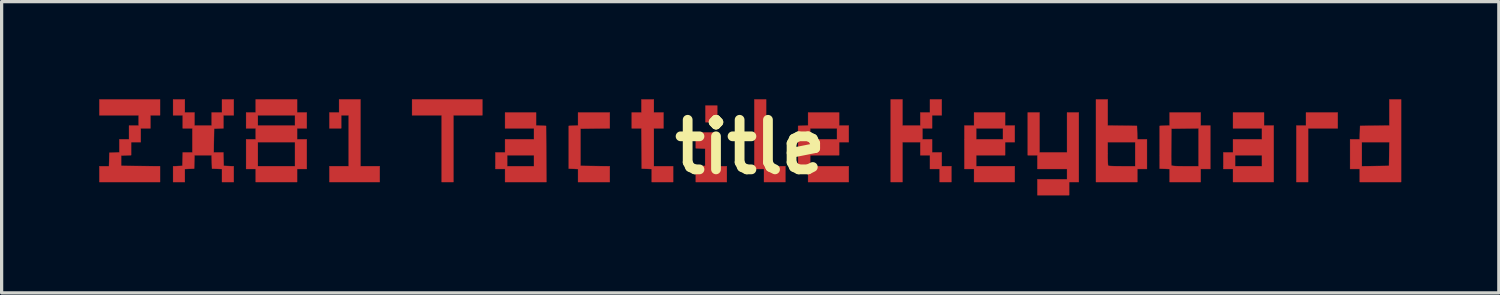
<source format=kicad_pcb>
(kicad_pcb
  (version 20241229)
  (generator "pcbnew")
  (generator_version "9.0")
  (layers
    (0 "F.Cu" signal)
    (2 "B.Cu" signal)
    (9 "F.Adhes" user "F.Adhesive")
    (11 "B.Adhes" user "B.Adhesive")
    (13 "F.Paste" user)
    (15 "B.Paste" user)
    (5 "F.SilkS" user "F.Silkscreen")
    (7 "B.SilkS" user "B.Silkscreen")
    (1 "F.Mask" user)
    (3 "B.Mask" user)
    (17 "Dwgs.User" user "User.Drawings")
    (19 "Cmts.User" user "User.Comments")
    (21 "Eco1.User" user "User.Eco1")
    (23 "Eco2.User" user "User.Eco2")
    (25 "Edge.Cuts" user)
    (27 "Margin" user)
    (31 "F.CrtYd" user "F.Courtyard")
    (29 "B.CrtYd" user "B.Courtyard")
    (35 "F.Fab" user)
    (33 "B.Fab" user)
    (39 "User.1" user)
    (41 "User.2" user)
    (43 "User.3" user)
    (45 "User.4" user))
  (footprint "title"
    (layer "F.Cu")
    (at 20.008 1.466)
    (property "Reference" "title" (at 0 0 0) (layer "F.SilkS") (effects (font (size 1.524 1.524) (thickness 0.3))))
    (attr through_hole)
    (fp_poly (pts (xy -1.016 -0.762) (xy -1.376 -0.762) (xy -1.376 -1.27) (xy -1.016 -1.27) (xy -1.016 -0.762)) (stroke (width 0.01) (type solid)) (fill yes) (layer "F.Cu"))
    (fp_poly (pts (xy -8.234 -0.974) (xy -9.123 -0.974) (xy -9.123 1.079) (xy -9.483 1.079) (xy -9.483 -0.974) (xy -10.393 -0.974) (xy -10.393 -1.46) (xy -8.234 -1.46) (xy -8.234 -0.974)) (stroke (width 0.01) (type solid)) (fill yes) (layer "F.Cu"))
    (fp_poly (pts (xy 0.487 0.593) (xy 1.079 0.593) (xy 1.079 1.079) (xy 0.423 1.079) (xy 0.423 0.677) (xy 0.127 0.677) (xy 0.127 -1.46) (xy 0.487 -1.46) (xy 0.487 0.593)) (stroke (width 0.01) (type solid)) (fill yes) (layer "F.Cu"))
    (fp_poly (pts (xy 18.055 -0.572) (xy 17.145 -0.572) (xy 17.145 1.079) (xy 16.785 1.079) (xy 16.785 -0.656) (xy 17.081 -0.656) (xy 17.081 -1.058) (xy 18.055 -1.058) (xy 18.055 -0.572)) (stroke (width 0.01) (type solid)) (fill yes) (layer "F.Cu"))
    (fp_poly (pts (xy -1.016 0.593) (xy -0.72 0.593) (xy -0.72 1.079) (xy -1.672 1.079) (xy -1.672 0.595) (xy -1.529 0.588) (xy -1.386 0.582) (xy -1.386 0.053) (xy -1.529 0.047) (xy -1.672 0.04) (xy -1.672 -0.445) (xy -1.016 -0.445) (xy -1.016 0.593)) (stroke (width 0.01) (type solid)) (fill yes) (layer "F.Cu"))
    (fp_poly (pts (xy -11.98 0.593) (xy -11.388 0.593) (xy -11.388 1.079) (xy -12.933 1.079) (xy -12.933 0.593) (xy -12.34 0.593) (xy -12.34 -0.974) (xy -12.573 -0.974) (xy -12.573 -0.572) (xy -12.933 -0.572) (xy -12.933 -1.058) (xy -12.636 -1.058) (xy -12.636 -1.46) (xy -11.98 -1.46) (xy -11.98 0.593)) (stroke (width 0.01) (type solid)) (fill yes) (layer "F.Cu"))
    (fp_poly (pts (xy -4.318 -0.572) (xy -4.768 -0.567) (xy -5.218 -0.561) (xy -5.218 0.582) (xy -4.768 0.588) (xy -4.318 0.594) (xy -4.318 1.079) (xy -5.292 1.079) (xy -5.292 0.679) (xy -5.435 0.673) (xy -5.577 0.667) (xy -5.577 -0.646) (xy -5.435 -0.652) (xy -5.292 -0.658) (xy -5.292 -1.058) (xy -4.318 -1.058) (xy -4.318 -0.572)) (stroke (width 0.01) (type solid)) (fill yes) (layer "F.Cu"))
    (fp_poly (pts (xy 8.89 0.169) (xy 9.737 0.169) (xy 9.737 -1.058) (xy 10.097 -1.058) (xy 10.097 1.079) (xy 9.8 1.079) (xy 9.8 1.482) (xy 8.826 1.482) (xy 8.826 0.995) (xy 9.737 0.995) (xy 9.737 0.677) (xy 8.826 0.677) (xy 8.826 0.254) (xy 8.53 0.254) (xy 8.53 -1.058) (xy 8.89 -1.058) (xy 8.89 0.169)) (stroke (width 0.01) (type solid)) (fill yes) (layer "F.Cu"))
    (fp_poly (pts (xy -2.963 -1.058) (xy -2.667 -1.058) (xy -2.667 -0.572) (xy -2.963 -0.572) (xy -2.963 0.593) (xy -2.371 0.593) (xy -2.371 1.079) (xy -3.027 1.079) (xy -3.027 0.679) (xy -3.18 0.673) (xy -3.334 0.667) (xy -3.339 0.048) (xy -3.345 -0.572) (xy -3.641 -0.572) (xy -3.641 -1.058) (xy -3.344 -1.058) (xy -3.344 -1.46) (xy -2.963 -1.46) (xy -2.963 -1.058)) (stroke (width 0.01) (type solid)) (fill yes) (layer "F.Cu"))
    (fp_poly (pts (xy 20.003 1.079) (xy 18.733 1.079) (xy 18.733 0.677) (xy 18.436 0.677) (xy 18.436 -0.148) (xy 18.796 -0.148) (xy 18.796 0.594) (xy 19.214 0.588) (xy 19.632 0.582) (xy 19.638 0.217) (xy 19.644 -0.148) (xy 18.796 -0.148) (xy 18.436 -0.148) (xy 18.436 -0.233) (xy 18.731 -0.233) (xy 18.743 -0.646) (xy 19.193 -0.651) (xy 19.643 -0.657) (xy 19.643 -1.46) (xy 20.003 -1.46) (xy 20.003 1.079)) (stroke (width 0.01) (type solid)) (fill yes) (layer "F.Cu"))
    (fp_poly (pts (xy 15.79 -0.656) (xy 16.087 -0.656) (xy 16.087 1.079) (xy 14.838 1.079) (xy 14.838 0.677) (xy 14.541 0.677) (xy 14.541 0.254) (xy 14.901 0.254) (xy 14.901 0.593) (xy 15.727 0.593) (xy 15.727 0.254) (xy 14.901 0.254) (xy 14.541 0.254) (xy 14.541 0.169) (xy 14.838 0.169) (xy 14.838 -0.233) (xy 15.727 -0.233) (xy 15.727 -0.572) (xy 14.838 -0.572) (xy 14.838 -1.058) (xy 15.79 -1.058) (xy 15.79 -0.656)) (stroke (width 0.01) (type solid)) (fill yes) (layer "F.Cu"))
    (fp_poly (pts (xy -6.583 -0.658) (xy -6.429 -0.652) (xy -6.276 -0.646) (xy -6.265 1.079) (xy -7.535 1.079) (xy -7.535 0.677) (xy -7.832 0.677) (xy -7.832 0.254) (xy -7.472 0.254) (xy -7.472 0.593) (xy -6.646 0.593) (xy -6.646 0.254) (xy -7.472 0.254) (xy -7.832 0.254) (xy -7.832 0.169) (xy -7.535 0.169) (xy -7.535 -0.233) (xy -6.646 -0.233) (xy -6.646 -0.572) (xy -7.535 -0.572) (xy -7.535 -1.058) (xy -6.583 -1.058) (xy -6.583 -0.658)) (stroke (width 0.01) (type solid)) (fill yes) (layer "F.Cu"))
    (fp_poly (pts (xy 7.832 -0.656) (xy 8.128 -0.656) (xy 8.128 -0.148) (xy 7.832 -0.148) (xy 7.832 0.254) (xy 6.943 0.254) (xy 6.943 0.593) (xy 8.128 0.593) (xy 8.128 1.079) (xy 6.879 1.079) (xy 6.879 0.677) (xy 6.583 0.677) (xy 6.583 -0.572) (xy 6.943 -0.572) (xy 6.943 -0.233) (xy 7.768 -0.233) (xy 7.768 -0.572) (xy 6.943 -0.572) (xy 6.583 -0.572) (xy 6.583 -0.656) (xy 6.879 -0.656) (xy 6.879 -1.058) (xy 7.832 -1.058) (xy 7.832 -0.656)) (stroke (width 0.01) (type solid)) (fill yes) (layer "F.Cu"))
    (fp_poly (pts (xy -18.14 -0.974) (xy -18.436 -0.974) (xy -18.436 -0.572) (xy -18.733 -0.572) (xy -18.733 -0.148) (xy -19.029 -0.148) (xy -19.029 0.252) (xy -19.336 0.265) (xy -19.336 0.582) (xy -18.14 0.593) (xy -18.14 1.079) (xy -20.003 1.079) (xy -20.003 0.593) (xy -19.708 0.593) (xy -19.696 0.18) (xy -19.542 0.174) (xy -19.389 0.167) (xy -19.389 -0.233) (xy -19.092 -0.233) (xy -19.092 -0.656) (xy -18.796 -0.656) (xy -18.796 -0.974) (xy -20.003 -0.974) (xy -20.003 -1.46) (xy -18.14 -1.46) (xy -18.14 -0.974)) (stroke (width 0.01) (type solid)) (fill yes) (layer "F.Cu"))
    (fp_poly (pts (xy 2.731 -0.656) (xy 3.027 -0.656) (xy 3.027 -0.148) (xy 2.731 -0.148) (xy 2.731 0.254) (xy 1.841 0.254) (xy 1.841 0.593) (xy 3.027 0.593) (xy 3.027 1.079) (xy 1.778 1.079) (xy 1.778 0.679) (xy 1.625 0.673) (xy 1.471 0.667) (xy 1.471 -0.572) (xy 1.841 -0.572) (xy 1.841 -0.233) (xy 2.667 -0.233) (xy 2.667 -0.572) (xy 1.841 -0.572) (xy 1.471 -0.572) (xy 1.471 -0.646) (xy 1.625 -0.652) (xy 1.778 -0.658) (xy 1.778 -1.058) (xy 2.731 -1.058) (xy 2.731 -0.656)) (stroke (width 0.01) (type solid)) (fill yes) (layer "F.Cu"))
    (fp_poly (pts (xy 4.678 -0.656) (xy 5.228 -0.656) (xy 5.228 -1.058) (xy 5.524 -1.058) (xy 5.524 -1.46) (xy 5.884 -1.46) (xy 5.884 -0.974) (xy 5.588 -0.974) (xy 5.588 -0.572) (xy 5.292 -0.572) (xy 5.292 -0.233) (xy 5.588 -0.233) (xy 5.588 0.169) (xy 5.884 0.169) (xy 5.884 0.593) (xy 6.181 0.593) (xy 6.181 1.079) (xy 5.821 1.079) (xy 5.821 0.677) (xy 5.524 0.677) (xy 5.524 0.254) (xy 5.228 0.254) (xy 5.228 -0.148) (xy 4.678 -0.148) (xy 4.678 1.079) (xy 4.318 1.079) (xy 4.318 -1.46) (xy 4.678 -1.46) (xy 4.678 -0.656)) (stroke (width 0.01) (type solid)) (fill yes) (layer "F.Cu"))
    (fp_poly (pts (xy 10.986 -0.657) (xy 11.435 -0.651) (xy 11.885 -0.646) (xy 11.897 -0.233) (xy 12.192 -0.233) (xy 12.192 0.677) (xy 11.896 0.677) (xy 11.896 1.079) (xy 10.626 1.079) (xy 10.626 -0.148) (xy 10.986 -0.148) (xy 10.986 0.208) (xy 10.986 0.327) (xy 10.989 0.431) (xy 10.992 0.512) (xy 10.996 0.564) (xy 11 0.579) (xy 11.024 0.583) (xy 11.084 0.587) (xy 11.173 0.59) (xy 11.285 0.592) (xy 11.411 0.593) (xy 11.423 0.593) (xy 11.832 0.593) (xy 11.832 -0.148) (xy 10.986 -0.148) (xy 10.626 -0.148) (xy 10.626 -1.46) (xy 10.986 -1.46) (xy 10.986 -0.657)) (stroke (width 0.01) (type solid)) (fill yes) (layer "F.Cu"))
    (fp_poly (pts (xy 13.843 -0.656) (xy 14.139 -0.656) (xy 14.139 0.677) (xy 13.843 0.677) (xy 13.843 1.079) (xy 12.89 1.079) (xy 12.89 0.679) (xy 12.737 0.673) (xy 12.584 0.667) (xy 12.584 0.274) (xy 12.936 0.274) (xy 12.937 0.391) (xy 12.938 0.483) (xy 12.94 0.543) (xy 12.942 0.566) (xy 12.957 0.576) (xy 12.994 0.583) (xy 13.059 0.588) (xy 13.155 0.591) (xy 13.288 0.593) (xy 13.366 0.593) (xy 13.78 0.593) (xy 13.78 -0.572) (xy 12.943 -0.561) (xy 12.938 -0.011) (xy 12.937 0.138) (xy 12.936 0.274) (xy 12.584 0.274) (xy 12.584 -0.646) (xy 12.737 -0.652) (xy 12.89 -0.658) (xy 12.89 -1.058) (xy 13.843 -1.058) (xy 13.843 -0.656)) (stroke (width 0.01) (type solid)) (fill yes) (layer "F.Cu"))
    (fp_poly (pts (xy -13.928 -1.058) (xy -13.631 -1.058) (xy -13.631 -0.572) (xy -13.928 -0.572) (xy -13.928 -0.233) (xy -13.631 -0.233) (xy -13.631 0.677) (xy -13.928 0.677) (xy -13.928 1.079) (xy -15.198 1.079) (xy -15.198 0.677) (xy -15.494 0.677) (xy -15.494 -0.148) (xy -15.134 -0.148) (xy -15.134 0.593) (xy -13.991 0.593) (xy -13.991 -0.148) (xy -15.134 -0.148) (xy -15.494 -0.148) (xy -15.494 -0.233) (xy -15.198 -0.233) (xy -15.198 -0.572) (xy -15.494 -0.572) (xy -15.494 -0.974) (xy -15.134 -0.974) (xy -15.134 -0.656) (xy -13.991 -0.656) (xy -13.991 -0.974) (xy -15.134 -0.974) (xy -15.494 -0.974) (xy -15.494 -1.058) (xy -15.198 -1.058) (xy -15.198 -1.46) (xy -13.928 -1.46) (xy -13.928 -1.058)) (stroke (width 0.01) (type solid)) (fill yes) (layer "F.Cu"))
    (fp_poly (pts (xy -17.378 -1.058) (xy -17.081 -1.058) (xy -17.081 -0.656) (xy -16.552 -0.656) (xy -16.552 -1.058) (xy -16.235 -1.058) (xy -16.235 -1.46) (xy -15.875 -1.46) (xy -15.875 -0.974) (xy -16.192 -0.974) (xy -16.192 -0.573) (xy -16.478 -0.561) (xy -16.484 -0.196) (xy -16.49 0.169) (xy -16.194 0.169) (xy -16.182 0.582) (xy -16.028 0.588) (xy -15.875 0.595) (xy -15.875 1.079) (xy -16.235 1.079) (xy -16.235 0.679) (xy -16.388 0.673) (xy -16.542 0.667) (xy -16.548 0.46) (xy -16.554 0.254) (xy -17.08 0.254) (xy -17.092 0.667) (xy -17.235 0.673) (xy -17.378 0.679) (xy -17.378 1.079) (xy -17.738 1.079) (xy -17.738 0.595) (xy -17.595 0.588) (xy -17.452 0.582) (xy -17.44 0.169) (xy -17.145 0.169) (xy -17.145 -0.572) (xy -17.441 -0.572) (xy -17.441 -0.974) (xy -17.738 -0.974) (xy -17.738 -1.46) (xy -17.378 -1.46) (xy -17.378 -1.058)) (stroke (width 0.01) (type solid)) (fill yes) (layer "F.Cu")))
  (gr_rect
    (start -3 -3)
    (end 43.015 5.952)
    (stroke (width 0.1) (type default))
    (fill no)
    (layer "Edge.Cuts")))
</source>
